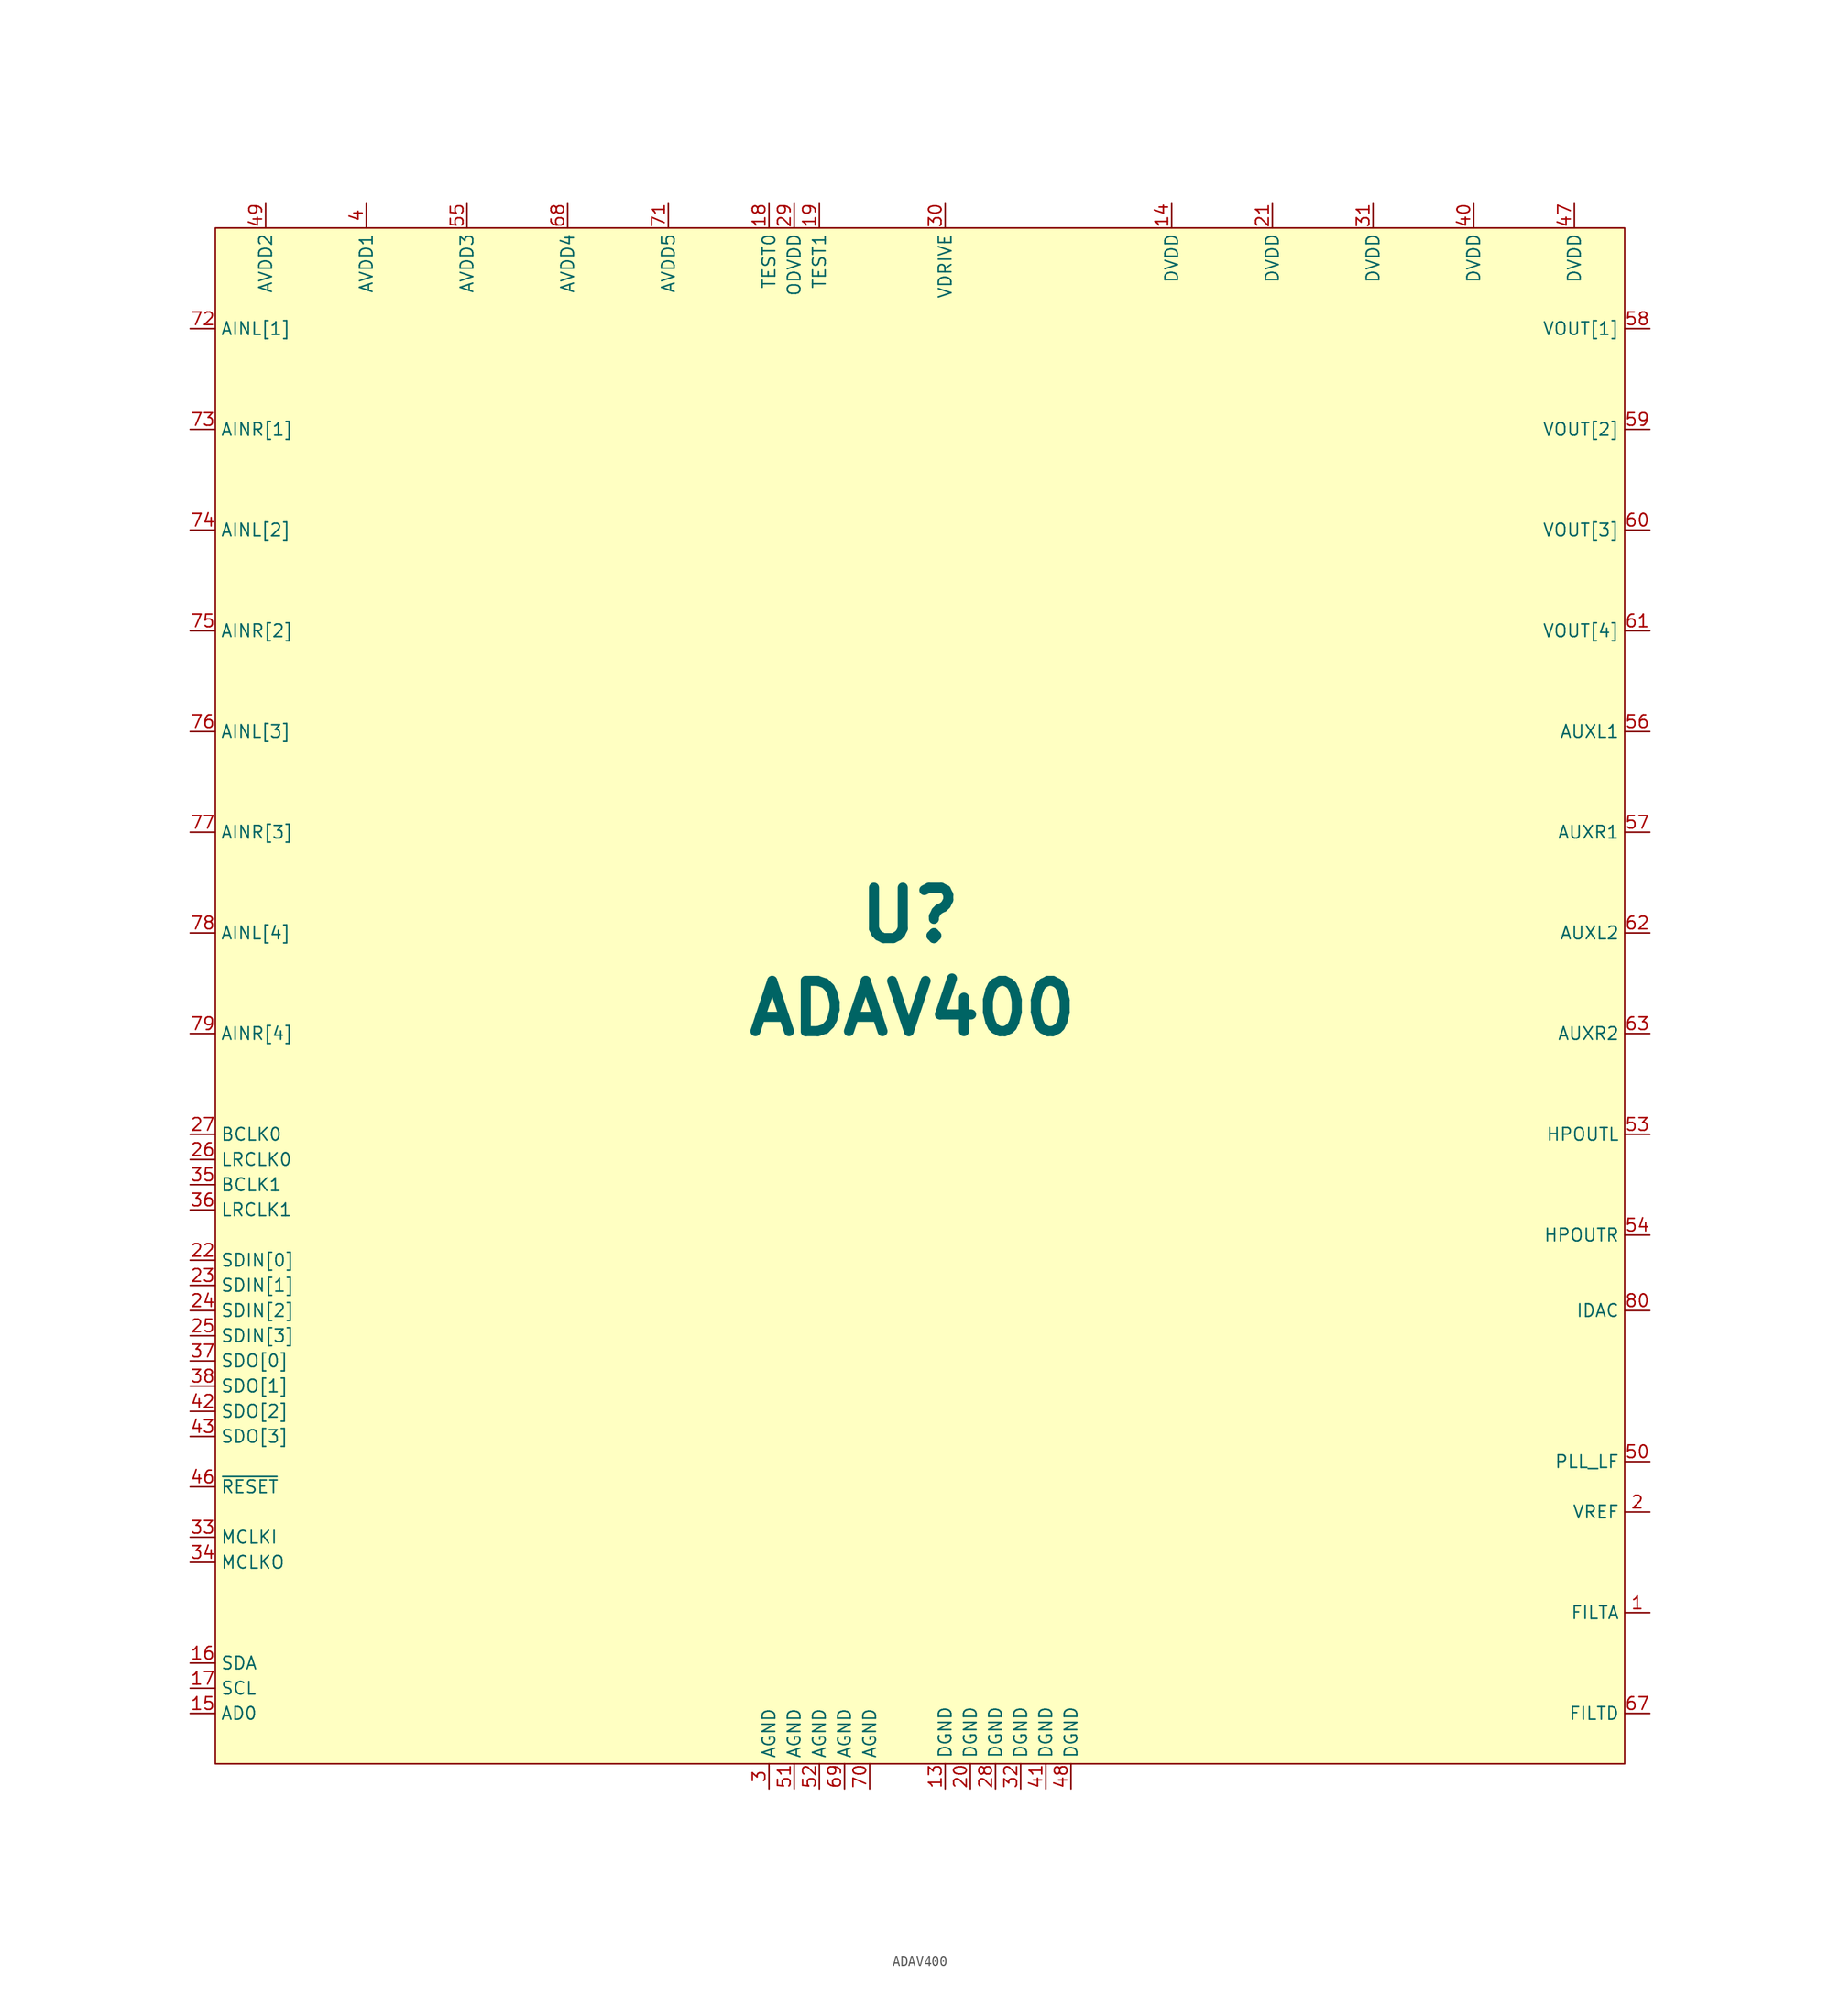
<source format=kicad_sym>
(kicad_symbol_lib
  (version 20241209)
  (generator "kicad_symbol_editor")
  (generator_version "9.0")
  (symbol "ADAV400"
    (property "Reference" "U"
      (at 0.254 85.598 0)
      (effects (font (size 5.08 5.08) (thickness 1.016) (bold yes))))
    (property "Value" "ADAV400"
      (at 0.508 76.2 0)
      (effects (font (size 5.08 5.08) (thickness 1.016) (bold yes))))
    (symbol "ADAV400_0_0"
      (pin input line (at -72.39 144.78 0) (length 2.54) (name "AINL[1]" (effects (font (size 1.27 1.27)))) (number "72" (effects (font (size 1.27 1.27)))))
      (pin input line (at -72.39 134.62 0) (length 2.54) (name "AINR[1]" (effects (font (size 1.27 1.27)))) (number "73" (effects (font (size 1.27 1.27)))))
      (pin input line (at -72.39 124.46 0) (length 2.54) (name "AINL[2]" (effects (font (size 1.27 1.27)))) (number "74" (effects (font (size 1.27 1.27)))))
      (pin input line (at -72.39 114.3 0) (length 2.54) (name "AINR[2]" (effects (font (size 1.27 1.27)))) (number "75" (effects (font (size 1.27 1.27)))))
      (pin input line (at -72.39 104.14 0) (length 2.54) (name "AINL[3]" (effects (font (size 1.27 1.27)))) (number "76" (effects (font (size 1.27 1.27)))))
      (pin input line (at -72.39 93.98 0) (length 2.54) (name "AINR[3]" (effects (font (size 1.27 1.27)))) (number "77" (effects (font (size 1.27 1.27)))))
      (pin input line (at -72.39 83.82 0) (length 2.54) (name "AINL[4]" (effects (font (size 1.27 1.27)))) (number "78" (effects (font (size 1.27 1.27)))))
      (pin input line (at -72.39 73.66 0) (length 2.54) (name "AINR[4]" (effects (font (size 1.27 1.27)))) (number "79" (effects (font (size 1.27 1.27)))))
      (pin input line (at -72.39 63.5 0) (length 2.54) (name "BCLK0" (effects (font (size 1.27 1.27)))) (number "27" (effects (font (size 1.27 1.27)))))
      (pin input line (at -72.39 60.96 0) (length 2.54) (name "LRCLK0" (effects (font (size 1.27 1.27)))) (number "26" (effects (font (size 1.27 1.27)))))
      (pin bidirectional line (at -72.39 58.42 0) (length 2.54) (name "BCLK1" (effects (font (size 1.27 1.27)))) (number "35" (effects (font (size 1.27 1.27)))))
      (pin bidirectional line (at -72.39 55.88 0) (length 2.54) (name "LRCLK1" (effects (font (size 1.27 1.27)))) (number "36" (effects (font (size 1.27 1.27)))))
      (pin input line (at -72.39 50.8 0) (length 2.54) (name "SDIN[0]" (effects (font (size 1.27 1.27)))) (number "22" (effects (font (size 1.27 1.27)))))
      (pin input line (at -72.39 48.26 0) (length 2.54) (name "SDIN[1]" (effects (font (size 1.27 1.27)))) (number "23" (effects (font (size 1.27 1.27)))))
      (pin input line (at -72.39 45.72 0) (length 2.54) (name "SDIN[2]" (effects (font (size 1.27 1.27)))) (number "24" (effects (font (size 1.27 1.27)))))
      (pin input line (at -72.39 43.18 0) (length 2.54) (name "SDIN[3]" (effects (font (size 1.27 1.27)))) (number "25" (effects (font (size 1.27 1.27)))))
      (pin output line (at -72.39 40.64 0) (length 2.54) (name "SDO[0]" (effects (font (size 1.27 1.27)))) (number "37" (effects (font (size 1.27 1.27)))))
      (pin output line (at -72.39 38.1 0) (length 2.54) (name "SDO[1]" (effects (font (size 1.27 1.27)))) (number "38" (effects (font (size 1.27 1.27)))))
      (pin output line (at -72.39 35.56 0) (length 2.54) (name "SDO[2]" (effects (font (size 1.27 1.27)))) (number "42" (effects (font (size 1.27 1.27)))))
      (pin output line (at -72.39 33.02 0) (length 2.54) (name "SDO[3]" (effects (font (size 1.27 1.27)))) (number "43" (effects (font (size 1.27 1.27)))))
      (pin input line (at -72.39 27.94 0) (length 2.54) (name "~{RESET}" (effects (font (size 1.27 1.27)))) (number "46" (effects (font (size 1.27 1.27)))))
      (pin input line (at -72.39 22.86 0) (length 2.54) (name "MCLKI" (effects (font (size 1.27 1.27)))) (number "33" (effects (font (size 1.27 1.27)))))
      (pin output line (at -72.39 20.32 0) (length 2.54) (name "MCLKO" (effects (font (size 1.27 1.27)))) (number "34" (effects (font (size 1.27 1.27)))))
      (pin bidirectional line (at -72.39 10.16 0) (length 2.54) (name "SDA" (effects (font (size 1.27 1.27)))) (number "16" (effects (font (size 1.27 1.27)))))
      (pin input line (at -72.39 7.62 0) (length 2.54) (name "SCL" (effects (font (size 1.27 1.27)))) (number "17" (effects (font (size 1.27 1.27)))))
      (pin input line (at -72.39 5.08 0) (length 2.54) (name "AD0" (effects (font (size 1.27 1.27)))) (number "15" (effects (font (size 1.27 1.27)))))
      (pin power_in line (at -64.77 157.48 270) (length 2.54) (name "AVDD2" (effects (font (size 1.27 1.27)))) (number "49" (effects (font (size 1.27 1.27)))))
      (pin power_in line (at -54.61 157.48 270) (length 2.54) (name "AVDD1" (effects (font (size 1.27 1.27)))) (number "4" (effects (font (size 1.27 1.27)))))
      (pin power_in line (at -44.45 157.48 270) (length 2.54) (name "AVDD3" (effects (font (size 1.27 1.27)))) (number "55" (effects (font (size 1.27 1.27)))))
      (pin power_in line (at -34.29 157.48 270) (length 2.54) (name "AVDD4" (effects (font (size 1.27 1.27)))) (number "68" (effects (font (size 1.27 1.27)))))
      (pin power_in line (at -24.13 157.48 270) (length 2.54) (name "AVDD5" (effects (font (size 1.27 1.27)))) (number "71" (effects (font (size 1.27 1.27)))))
      (pin input line (at -13.97 157.48 270) (length 2.54) (name "TEST0" (effects (font (size 1.27 1.27)))) (number "18" (effects (font (size 1.27 1.27)))))
      (pin power_in line (at -13.97 -2.54 90) (length 2.54) (name "AGND" (effects (font (size 1.27 1.27)))) (number "3" (effects (font (size 1.27 1.27)))))
      (pin power_in line (at -11.43 157.48 270) (length 2.54) (name "ODVDD" (effects (font (size 1.27 1.27)))) (number "29" (effects (font (size 1.27 1.27)))))
      (pin power_in line (at -11.43 -2.54 90) (length 2.54) (name "AGND" (effects (font (size 1.27 1.27)))) (number "51" (effects (font (size 1.27 1.27)))))
      (pin input line (at -8.89 157.48 270) (length 2.54) (name "TEST1" (effects (font (size 1.27 1.27)))) (number "19" (effects (font (size 1.27 1.27)))))
      (pin power_in line (at -8.89 -2.54 90) (length 2.54) (name "AGND" (effects (font (size 1.27 1.27)))) (number "52" (effects (font (size 1.27 1.27)))))
      (pin power_in line (at -6.35 -2.54 90) (length 2.54) (name "AGND" (effects (font (size 1.27 1.27)))) (number "69" (effects (font (size 1.27 1.27)))))
      (pin power_in line (at -3.81 -2.54 90) (length 2.54) (name "AGND" (effects (font (size 1.27 1.27)))) (number "70" (effects (font (size 1.27 1.27)))))
      (pin output line (at 3.81 157.48 270) (length 2.54) (name "VDRIVE" (effects (font (size 1.27 1.27)))) (number "30" (effects (font (size 1.27 1.27)))))
      (pin power_in line (at 3.81 -2.54 90) (length 2.54) (name "DGND" (effects (font (size 1.27 1.27)))) (number "13" (effects (font (size 1.27 1.27)))))
      (pin power_in line (at 6.35 -2.54 90) (length 2.54) (name "DGND" (effects (font (size 1.27 1.27)))) (number "20" (effects (font (size 1.27 1.27)))))
      (pin power_in line (at 8.89 -2.54 90) (length 2.54) (name "DGND" (effects (font (size 1.27 1.27)))) (number "28" (effects (font (size 1.27 1.27)))))
      (pin power_in line (at 11.43 -2.54 90) (length 2.54) (name "DGND" (effects (font (size 1.27 1.27)))) (number "32" (effects (font (size 1.27 1.27)))))
      (pin power_in line (at 13.97 -2.54 90) (length 2.54) (name "DGND" (effects (font (size 1.27 1.27)))) (number "41" (effects (font (size 1.27 1.27)))))
      (pin power_in line (at 16.51 -2.54 90) (length 2.54) (name "DGND" (effects (font (size 1.27 1.27)))) (number "48" (effects (font (size 1.27 1.27)))))
      (pin power_in line (at 26.67 157.48 270) (length 2.54) (name "DVDD" (effects (font (size 1.27 1.27)))) (number "14" (effects (font (size 1.27 1.27)))))
      (pin power_in line (at 36.83 157.48 270) (length 2.54) (name "DVDD" (effects (font (size 1.27 1.27)))) (number "21" (effects (font (size 1.27 1.27)))))
      (pin power_in line (at 46.99 157.48 270) (length 2.54) (name "DVDD" (effects (font (size 1.27 1.27)))) (number "31" (effects (font (size 1.27 1.27)))))
      (pin power_in line (at 57.15 157.48 270) (length 2.54) (name "DVDD" (effects (font (size 1.27 1.27)))) (number "40" (effects (font (size 1.27 1.27)))))
      (pin power_in line (at 67.31 157.48 270) (length 2.54) (name "DVDD" (effects (font (size 1.27 1.27)))) (number "47" (effects (font (size 1.27 1.27)))))
      (pin output line (at 74.93 144.78 180) (length 2.54) (name "VOUT[1]" (effects (font (size 1.27 1.27)))) (number "58" (effects (font (size 1.27 1.27)))))
      (pin output line (at 74.93 134.62 180) (length 2.54) (name "VOUT[2]" (effects (font (size 1.27 1.27)))) (number "59" (effects (font (size 1.27 1.27)))))
      (pin output line (at 74.93 124.46 180) (length 2.54) (name "VOUT[3]" (effects (font (size 1.27 1.27)))) (number "60" (effects (font (size 1.27 1.27)))))
      (pin output line (at 74.93 114.3 180) (length 2.54) (name "VOUT[4]" (effects (font (size 1.27 1.27)))) (number "61" (effects (font (size 1.27 1.27)))))
      (pin output line (at 74.93 104.14 180) (length 2.54) (name "AUXL1" (effects (font (size 1.27 1.27)))) (number "56" (effects (font (size 1.27 1.27)))))
      (pin output line (at 74.93 93.98 180) (length 2.54) (name "AUXR1" (effects (font (size 1.27 1.27)))) (number "57" (effects (font (size 1.27 1.27)))))
      (pin output line (at 74.93 83.82 180) (length 2.54) (name "AUXL2" (effects (font (size 1.27 1.27)))) (number "62" (effects (font (size 1.27 1.27)))))
      (pin output line (at 74.93 73.66 180) (length 2.54) (name "AUXR2" (effects (font (size 1.27 1.27)))) (number "63" (effects (font (size 1.27 1.27)))))
      (pin output line (at 74.93 63.5 180) (length 2.54) (name "HPOUTL" (effects (font (size 1.27 1.27)))) (number "53" (effects (font (size 1.27 1.27)))))
      (pin output line (at 74.93 53.34 180) (length 2.54) (name "HPOUTR" (effects (font (size 1.27 1.27)))) (number "54" (effects (font (size 1.27 1.27)))))
      (pin power_in line (at 74.93 30.48 180) (length 2.54) (name "PLL_LF" (effects (font (size 1.27 1.27)))) (number "50" (effects (font (size 1.27 1.27)))))
      (pin output line (at 74.93 25.4 180) (length 2.54) (name "VREF" (effects (font (size 1.27 1.27)))) (number "2" (effects (font (size 1.27 1.27)))))
      (pin output line (at 74.93 15.24 180) (length 2.54) (name "FILTA" (effects (font (size 1.27 1.27)))) (number "1" (effects (font (size 1.27 1.27)))))
      (pin power_in line (at 74.93 5.08 180) (length 2.54) (name "FILTD" (effects (font (size 1.27 1.27)))) (number "67" (effects (font (size 1.27 1.27))))))
    (symbol "ADAV400_1_0"
      (pin no_connect line (at 0 -2.54 90) (length 2.54) (hide yes) (name "NC" (effects (font (size 1.27 1.27)))) (number "10" (effects (font (size 1.27 1.27)))))
      (pin no_connect line (at 0 -2.54 90) (length 2.54) (hide yes) (name "NC" (effects (font (size 1.27 1.27)))) (number "11" (effects (font (size 1.27 1.27)))))
      (pin no_connect line (at 0 -2.54 90) (length 2.54) (hide yes) (name "NC" (effects (font (size 1.27 1.27)))) (number "12" (effects (font (size 1.27 1.27)))))
      (pin no_connect line (at 0 -2.54 90) (length 2.54) (hide yes) (name "NC" (effects (font (size 1.27 1.27)))) (number "39" (effects (font (size 1.27 1.27)))))
      (pin no_connect line (at 0 -2.54 90) (length 2.54) (hide yes) (name "NC" (effects (font (size 1.27 1.27)))) (number "44" (effects (font (size 1.27 1.27)))))
      (pin no_connect line (at 0 -2.54 90) (length 2.54) (hide yes) (name "NC" (effects (font (size 1.27 1.27)))) (number "45" (effects (font (size 1.27 1.27)))))
      (pin no_connect line (at 0 -2.54 90) (length 2.54) (hide yes) (name "NC" (effects (font (size 1.27 1.27)))) (number "5" (effects (font (size 1.27 1.27)))))
      (pin no_connect line (at 0 -2.54 90) (length 2.54) (hide yes) (name "NC" (effects (font (size 1.27 1.27)))) (number "6" (effects (font (size 1.27 1.27)))))
      (pin no_connect line (at 0 -2.54 90) (length 2.54) (hide yes) (name "TEST2" (effects (font (size 1.27 1.27)))) (number "64" (effects (font (size 1.27 1.27)))))
      (pin no_connect line (at 0 -2.54 90) (length 2.54) (hide yes) (name "NC" (effects (font (size 1.27 1.27)))) (number "65" (effects (font (size 1.27 1.27)))))
      (pin no_connect line (at 0 -2.54 90) (length 2.54) (hide yes) (name "NC" (effects (font (size 1.27 1.27)))) (number "66" (effects (font (size 1.27 1.27)))))
      (pin no_connect line (at 0 -2.54 90) (length 2.54) (hide yes) (name "NC" (effects (font (size 1.27 1.27)))) (number "7" (effects (font (size 1.27 1.27)))))
      (pin no_connect line (at 0 -2.54 90) (length 2.54) (hide yes) (name "NC" (effects (font (size 1.27 1.27)))) (number "8" (effects (font (size 1.27 1.27)))))
      (pin no_connect line (at 0 -2.54 90) (length 2.54) (hide yes) (name "NC" (effects (font (size 1.27 1.27)))) (number "9" (effects (font (size 1.27 1.27)))))
      (pin output line (at 74.93 45.72 180) (length 2.54) (name "IDAC" (effects (font (size 1.27 1.27)))) (number "80" (effects (font (size 1.27 1.27))))))
    (symbol "ADAV400_1_1"
      (rectangle (start -69.85 154.94) (end 72.39 0) (stroke (width 0) (type solid)) (fill (type color) (color 255 255 194 1))))))
</source>
